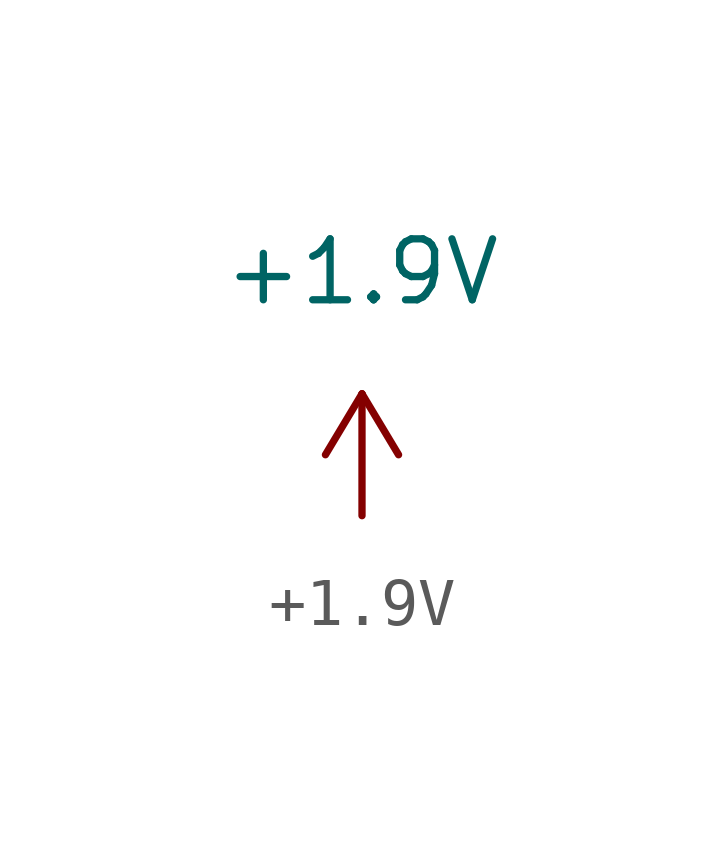
<source format=kicad_sym>
(kicad_symbol_lib
  (version 20220914)
  (generator kicad_symbol_editor)
  (symbol "+1.9V"
    (power)
    (pin_names
      (offset 0))
    (property "Reference" "VDD_1.9V"
      (at 0 -3.81 0)
      (effects (font (size 1.27 1.27)) hide))
    (property "Value" "+1.9V"
      (at 0 5.08 0)
      (effects (font (size 1.27 1.27))))
    (symbol "+1.9V_0_1"
      (polyline (pts (xy -0.762 1.27) (xy 0 2.54)) (stroke (width 0) (type default)) (fill (type none)))
      (polyline (pts (xy 0 0) (xy 0 2.54)) (stroke (width 0) (type default)) (fill (type none)))
      (polyline (pts (xy 0 2.54) (xy 0.762 1.27)) (stroke (width 0) (type default)) (fill (type none))))
    (symbol "+1.9V_1_1"
      (pin power_in line (at 0 0 90) (length 0) hide (name "+1.9V" (effects (font (size 1.27 1.27)))) (number "1" (effects (font (size 1.27 1.27))))))))
</source>
